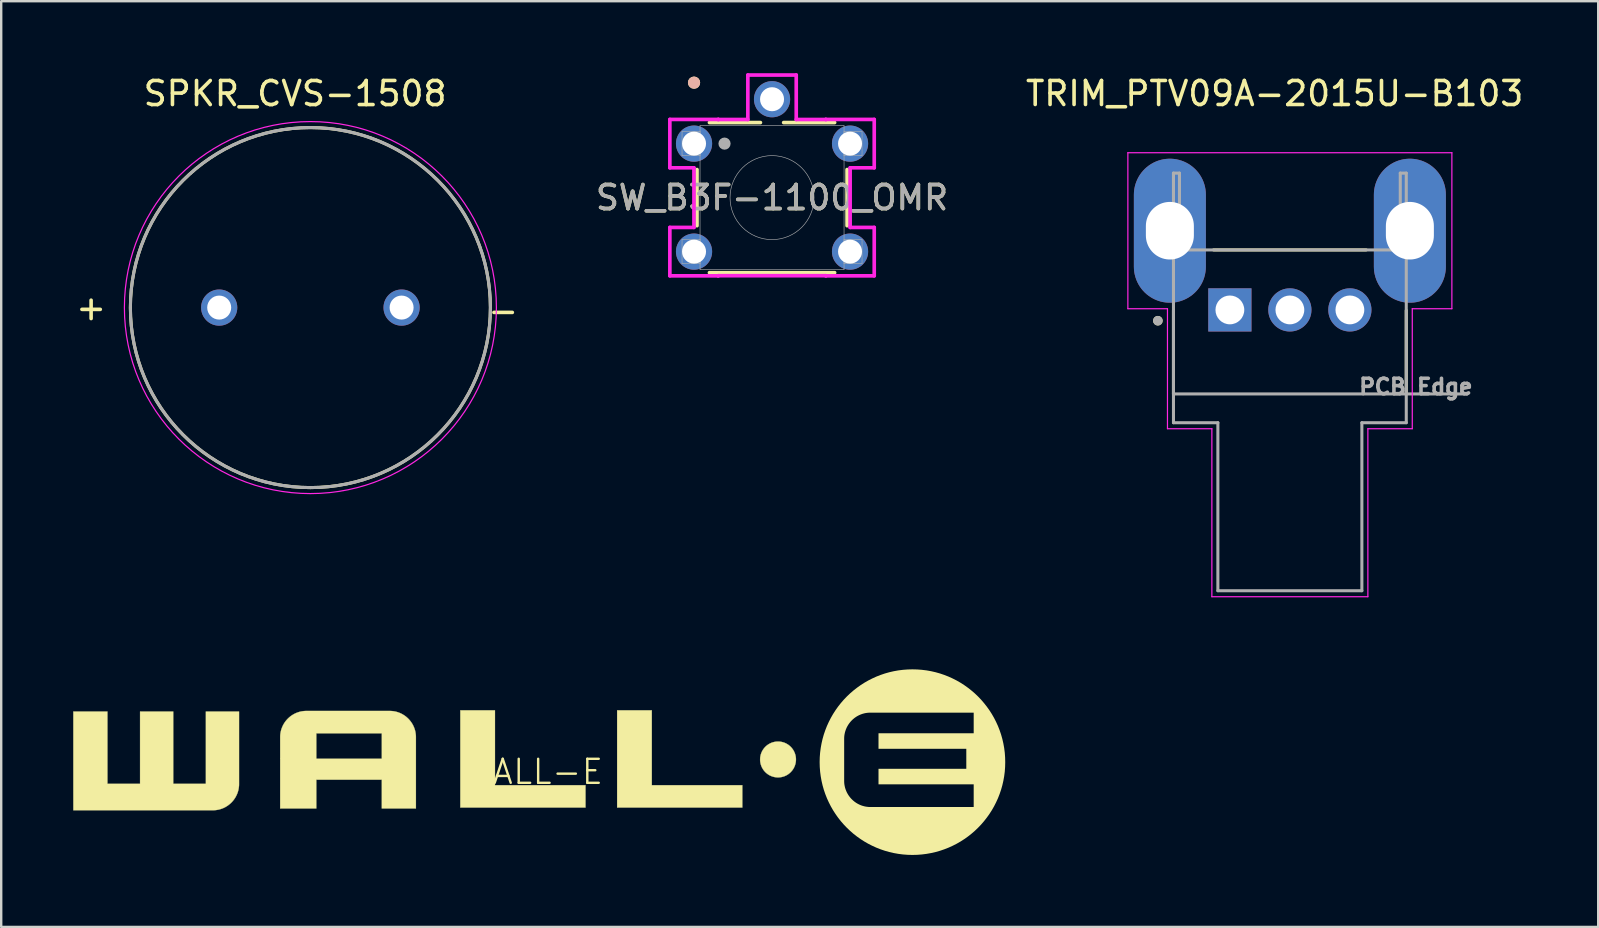
<source format=kicad_pcb>
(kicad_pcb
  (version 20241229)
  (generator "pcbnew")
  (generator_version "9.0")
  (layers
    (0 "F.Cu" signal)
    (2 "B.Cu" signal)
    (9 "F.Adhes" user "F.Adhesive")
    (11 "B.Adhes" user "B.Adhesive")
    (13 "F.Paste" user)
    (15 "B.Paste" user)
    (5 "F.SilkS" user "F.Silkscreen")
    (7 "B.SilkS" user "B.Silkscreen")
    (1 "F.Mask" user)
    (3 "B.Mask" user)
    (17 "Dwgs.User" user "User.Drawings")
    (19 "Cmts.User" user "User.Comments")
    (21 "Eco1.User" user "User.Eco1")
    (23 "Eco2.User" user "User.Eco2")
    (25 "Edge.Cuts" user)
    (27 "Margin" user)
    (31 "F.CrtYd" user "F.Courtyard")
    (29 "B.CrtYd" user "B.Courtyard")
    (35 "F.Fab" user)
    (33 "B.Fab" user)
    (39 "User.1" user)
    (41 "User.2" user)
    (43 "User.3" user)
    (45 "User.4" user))
  (footprint "TRIM_PTV09A-2015U-B103"
    (layer "F.Cu")
    (at 50.694 9.863)
    (property "Reference" "TRIM_PTV09A-2015U-B103" (at -0.635 -9.015 0) (layer "F.SilkS") (effects (font (size 1 1) (thickness 0.15))))
    (attr through_hole)
    (fp_line (start -4.85 3.5) (end -4.85 0.02) (stroke (width 0.127) (type solid)) (layer "F.SilkS"))
    (fp_line (start -3.18 -2.5) (end 3.18 -2.5) (stroke (width 0.127) (type solid)) (layer "F.SilkS"))
    (fp_line (start 4.85 3.5) (end 4.85 0.02) (stroke (width 0.127) (type solid)) (layer "F.SilkS"))
    (fp_circle (center -5.5 0.45) (end -5.4 0.45) (stroke (width 0.2) (type solid)) (fill no) (layer "F.SilkS"))
    (fp_line (start -6.75 -6.55) (end -6.75 -0.05) (stroke (width 0.05) (type solid)) (layer "F.CrtYd"))
    (fp_line (start -6.75 -0.05) (end -5.1 -0.05) (stroke (width 0.05) (type solid)) (layer "F.CrtYd"))
    (fp_line (start -5.1 -0.05) (end -5.1 4.95) (stroke (width 0.05) (type solid)) (layer "F.CrtYd"))
    (fp_line (start -5.1 4.95) (end -3.25 4.95) (stroke (width 0.05) (type solid)) (layer "F.CrtYd"))
    (fp_line (start -3.25 4.95) (end -3.25 11.95) (stroke (width 0.05) (type solid)) (layer "F.CrtYd"))
    (fp_line (start -3.25 11.95) (end 3.25 11.95) (stroke (width 0.05) (type solid)) (layer "F.CrtYd"))
    (fp_line (start 3.25 4.95) (end 5.1 4.95) (stroke (width 0.05) (type solid)) (layer "F.CrtYd"))
    (fp_line (start 3.25 11.95) (end 3.25 4.95) (stroke (width 0.05) (type solid)) (layer "F.CrtYd"))
    (fp_line (start 5.1 -0.05) (end 6.75 -0.05) (stroke (width 0.05) (type solid)) (layer "F.CrtYd"))
    (fp_line (start 5.1 4.95) (end 5.1 -0.05) (stroke (width 0.05) (type solid)) (layer "F.CrtYd"))
    (fp_line (start 6.75 -6.55) (end -6.75 -6.55) (stroke (width 0.05) (type solid)) (layer "F.CrtYd"))
    (fp_line (start 6.75 -0.05) (end 6.75 -6.55) (stroke (width 0.05) (type solid)) (layer "F.CrtYd"))
    (fp_line (start -4.85 -5.7) (end -4.85 3.5) (stroke (width 0.127) (type solid)) (layer "F.Fab"))
    (fp_line (start -4.85 -5.7) (end -4.6 -5.7) (stroke (width 0.127) (type solid)) (layer "F.Fab"))
    (fp_line (start -4.85 3.5) (end -4.85 4.7) (stroke (width 0.127) (type solid)) (layer "F.Fab"))
    (fp_line (start -4.85 3.5) (end 7.37 3.5) (stroke (width 0.127) (type solid)) (layer "F.Fab"))
    (fp_line (start -4.85 4.7) (end -3 4.7) (stroke (width 0.127) (type solid)) (layer "F.Fab"))
    (fp_line (start -4.6 -5.7) (end -4.6 -2.5) (stroke (width 0.127) (type solid)) (layer "F.Fab"))
    (fp_line (start -4.6 -2.5) (end 4.6 -2.5) (stroke (width 0.127) (type solid)) (layer "F.Fab"))
    (fp_line (start -3 4.7) (end -3 11.7) (stroke (width 0.127) (type solid)) (layer "F.Fab"))
    (fp_line (start -3 11.7) (end 3 11.7) (stroke (width 0.127) (type solid)) (layer "F.Fab"))
    (fp_line (start 3 4.7) (end 4.85 4.7) (stroke (width 0.127) (type solid)) (layer "F.Fab"))
    (fp_line (start 3 11.7) (end 3 4.7) (stroke (width 0.127) (type solid)) (layer "F.Fab"))
    (fp_line (start 4.6 -5.7) (end 4.85 -5.7) (stroke (width 0.127) (type solid)) (layer "F.Fab"))
    (fp_line (start 4.6 -2.5) (end 4.6 -5.7) (stroke (width 0.127) (type solid)) (layer "F.Fab"))
    (fp_line (start 4.85 -5.7) (end 4.85 4.7) (stroke (width 0.127) (type solid)) (layer "F.Fab"))
    (fp_circle (center -5.5 0.45) (end -5.4 0.45) (stroke (width 0.2) (type solid)) (fill no) (layer "F.Fab"))
    (fp_text user "PCB Edge" (at 5.25 3.2 0) (layer "F.Fab") (effects (font (size 0.64 0.64) (thickness 0.15))))
    (pad "1" thru_hole rect (at -2.5 0) (size 1.8 1.8) (drill 1.2) (layers "*.Cu" "*.Mask"))
    (pad "2" thru_hole circle (at 0 0) (size 1.8 1.8) (drill 1.2) (layers "*.Cu" "*.Mask"))
    (pad "3" thru_hole circle (at 2.5 0) (size 1.8 1.8) (drill 1.2) (layers "*.Cu" "*.Mask"))
    (pad "SH1" thru_hole oval (at -5 -3.3) (size 3 6) (drill oval 2 2.4) (layers "*.Cu" "*.Mask"))
    (pad "SH2" thru_hole oval (at 5 -3.3) (size 3 6) (drill oval 2 2.4) (layers "*.Cu" "*.Mask")))
  (footprint "WALL-E"
    (layer "F.Cu")
    (at 19.206 29.608)
    (property "Reference" "WALL-E" (at 0 -0.5 0) (unlocked yes) (layer "F.SilkS") (effects (font (size 1 1) (thickness 0.1))))
    (attr board_only)
    (fp_poly (pts (xy -1.633 0.06) (xy 2.139 0.06) (xy 2.139 0.989) (xy -3.076 0.989) (xy -3.076 -3.062) (xy -1.633 -3.062)) (stroke (width 0.012) (type solid)) (fill yes) (layer "F.SilkS"))
    (fp_poly (pts (xy 4.901 0.06) (xy 8.673 0.06) (xy 8.673 0.989) (xy 3.458 0.989) (xy 3.458 -3.062) (xy 4.901 -3.062)) (stroke (width 0.012) (type solid)) (fill yes) (layer "F.SilkS"))
    (fp_poly (pts (xy -17.78 0) (xy -16.42 0) (xy -16.42 -3.011) (xy -15.038 -3.011) (xy -15.038 0) (xy -13.678 0) (xy -13.678 -3.011) (xy -12.296 -3.011) (xy -12.296 0.012) (xy -12.297 0.068) (xy -12.302 0.123) (xy -12.309 0.178) (xy -12.318 0.231) (xy -12.33 0.284) (xy -12.345 0.335) (xy -12.362 0.386) (xy -12.382 0.435) (xy -12.404 0.483) (xy -12.428 0.53) (xy -12.454 0.576) (xy -12.483 0.62) (xy -12.513 0.663) (xy -12.546 0.704) (xy -12.58 0.744) (xy -12.616 0.782) (xy -12.654 0.818) (xy -12.694 0.852) (xy -12.735 0.884) (xy -12.777 0.915) (xy -12.822 0.943) (xy -12.867 0.97) (xy -12.914 0.994) (xy -12.962 1.016) (xy -13.012 1.035) (xy -13.062 1.052) (xy -13.114 1.067) (xy -13.167 1.079) (xy -13.22 1.089) (xy -13.275 1.096) (xy -13.33 1.1) (xy -13.386 1.102) (xy -19.199 1.102) (xy -19.2 0.012) (xy -19.2 -3.011) (xy -17.78 -3.011)) (stroke (width 0.012) (type solid)) (fill yes) (layer "F.SilkS"))
    (fp_poly (pts (xy -5.961 -3.034) (xy -5.905 -3.03) (xy -5.851 -3.023) (xy -5.798 -3.014) (xy -5.745 -3.001) (xy -5.693 -2.987) (xy -5.643 -2.969) (xy -5.593 -2.95) (xy -5.545 -2.928) (xy -5.498 -2.904) (xy -5.453 -2.877) (xy -5.408 -2.849) (xy -5.366 -2.819) (xy -5.324 -2.786) (xy -5.285 -2.752) (xy -5.247 -2.716) (xy -5.211 -2.678) (xy -5.177 -2.638) (xy -5.144 -2.597) (xy -5.114 -2.554) (xy -5.085 -2.51) (xy -5.059 -2.465) (xy -5.035 -2.418) (xy -5.013 -2.369) (xy -4.993 -2.32) (xy -4.976 -2.269) (xy -4.961 -2.218) (xy -4.949 -2.165) (xy -4.94 -2.112) (xy -4.933 -2.057) (xy -4.928 -2.002) (xy -4.927 -1.946) (xy -4.927 1.028) (xy -6.347 1.028) (xy -6.347 -0.171) (xy -9.077 -0.171) (xy -9.077 1.028) (xy -10.582 1.028) (xy -10.582 -1.946) (xy -10.581 -2.002) (xy -10.577 -2.057) (xy -10.571 -2.102) (xy -9.077 -2.102) (xy -9.077 -1.043) (xy -6.347 -1.043) (xy -6.347 -2.102) (xy -9.077 -2.102) (xy -10.571 -2.102) (xy -10.57 -2.112) (xy -10.56 -2.165) (xy -10.548 -2.218) (xy -10.533 -2.269) (xy -10.516 -2.32) (xy -10.496 -2.369) (xy -10.474 -2.418) (xy -10.45 -2.465) (xy -10.424 -2.51) (xy -10.396 -2.554) (xy -10.365 -2.597) (xy -10.333 -2.638) (xy -10.298 -2.678) (xy -10.262 -2.716) (xy -10.224 -2.752) (xy -10.185 -2.786) (xy -10.144 -2.819) (xy -10.101 -2.849) (xy -10.057 -2.877) (xy -10.011 -2.904) (xy -9.964 -2.928) (xy -9.916 -2.95) (xy -9.866 -2.969) (xy -9.816 -2.987) (xy -9.764 -3.001) (xy -9.712 -3.014) (xy -9.658 -3.023) (xy -9.604 -3.03) (xy -9.549 -3.034) (xy -9.493 -3.036) (xy -6.016 -3.036)) (stroke (width 0.012) (type solid)) (fill yes) (layer "F.SilkS"))
    (fp_poly (pts (xy 10.2 -1.759) (xy 10.238 -1.757) (xy 10.275 -1.752) (xy 10.312 -1.745) (xy 10.348 -1.737) (xy 10.383 -1.727) (xy 10.418 -1.715) (xy 10.452 -1.702) (xy 10.485 -1.687) (xy 10.517 -1.67) (xy 10.548 -1.652) (xy 10.579 -1.633) (xy 10.608 -1.612) (xy 10.636 -1.59) (xy 10.663 -1.566) (xy 10.689 -1.542) (xy 10.714 -1.516) (xy 10.737 -1.489) (xy 10.76 -1.46) (xy 10.78 -1.431) (xy 10.8 -1.401) (xy 10.818 -1.37) (xy 10.834 -1.337) (xy 10.849 -1.304) (xy 10.863 -1.27) (xy 10.874 -1.236) (xy 10.884 -1.2) (xy 10.893 -1.164) (xy 10.899 -1.127) (xy 10.904 -1.09) (xy 10.907 -1.052) (xy 10.908 -1.014) (xy 10.907 -0.975) (xy 10.904 -0.937) (xy 10.899 -0.9) (xy 10.893 -0.863) (xy 10.884 -0.827) (xy 10.874 -0.792) (xy 10.863 -0.757) (xy 10.849 -0.723) (xy 10.834 -0.69) (xy 10.818 -0.658) (xy 10.8 -0.627) (xy 10.78 -0.596) (xy 10.76 -0.567) (xy 10.737 -0.539) (xy 10.714 -0.512) (xy 10.689 -0.486) (xy 10.663 -0.461) (xy 10.636 -0.438) (xy 10.608 -0.415) (xy 10.579 -0.395) (xy 10.548 -0.375) (xy 10.517 -0.357) (xy 10.485 -0.341) (xy 10.452 -0.326) (xy 10.418 -0.312) (xy 10.383 -0.301) (xy 10.348 -0.291) (xy 10.312 -0.282) (xy 10.275 -0.276) (xy 10.238 -0.271) (xy 10.2 -0.268) (xy 10.161 -0.267) (xy 10.123 -0.268) (xy 10.085 -0.271) (xy 10.047 -0.276) (xy 10.011 -0.282) (xy 9.975 -0.291) (xy 9.939 -0.301) (xy 9.904 -0.312) (xy 9.871 -0.326) (xy 9.837 -0.341) (xy 9.805 -0.357) (xy 9.774 -0.375) (xy 9.744 -0.395) (xy 9.714 -0.415) (xy 9.686 -0.438) (xy 9.659 -0.461) (xy 9.633 -0.486) (xy 9.608 -0.512) (xy 9.585 -0.539) (xy 9.563 -0.567) (xy 9.542 -0.596) (xy 9.523 -0.627) (xy 9.505 -0.658) (xy 9.488 -0.69) (xy 9.473 -0.723) (xy 9.46 -0.757) (xy 9.448 -0.792) (xy 9.438 -0.827) (xy 9.43 -0.863) (xy 9.423 -0.9) (xy 9.418 -0.937) (xy 9.415 -0.975) (xy 9.415 -1.014) (xy 9.416 -1.052) (xy 9.418 -1.09) (xy 9.423 -1.127) (xy 9.43 -1.164) (xy 9.438 -1.2) (xy 9.448 -1.236) (xy 9.46 -1.27) (xy 9.473 -1.304) (xy 9.488 -1.337) (xy 9.505 -1.37) (xy 9.523 -1.401) (xy 9.542 -1.431) (xy 9.563 -1.46) (xy 9.585 -1.489) (xy 9.609 -1.516) (xy 9.633 -1.542) (xy 9.659 -1.566) (xy 9.686 -1.59) (xy 9.714 -1.612) (xy 9.744 -1.633) (xy 9.774 -1.652) (xy 9.805 -1.67) (xy 9.838 -1.687) (xy 9.871 -1.702) (xy 9.904 -1.715) (xy 9.939 -1.727) (xy 9.975 -1.737) (xy 10.011 -1.745) (xy 10.048 -1.752) (xy 10.085 -1.757) (xy 10.123 -1.759) (xy 10.161 -1.76)) (stroke (width 0.012) (type solid)) (fill yes) (layer "F.SilkS"))
    (fp_poly (pts (xy 15.961 -4.764) (xy 16.157 -4.749) (xy 16.351 -4.725) (xy 16.541 -4.691) (xy 16.728 -4.648) (xy 16.912 -4.596) (xy 17.091 -4.535) (xy 17.267 -4.466) (xy 17.438 -4.388) (xy 17.605 -4.303) (xy 17.767 -4.21) (xy 17.924 -4.109) (xy 18.075 -4.001) (xy 18.221 -3.886) (xy 18.362 -3.765) (xy 18.496 -3.637) (xy 18.624 -3.503) (xy 18.745 -3.362) (xy 18.86 -3.216) (xy 18.968 -3.065) (xy 19.069 -2.908) (xy 19.162 -2.746) (xy 19.247 -2.579) (xy 19.325 -2.408) (xy 19.394 -2.232) (xy 19.455 -2.053) (xy 19.507 -1.869) (xy 19.55 -1.682) (xy 19.584 -1.492) (xy 19.609 -1.298) (xy 19.623 -1.102) (xy 19.628 -0.903) (xy 19.623 -0.704) (xy 19.609 -0.508) (xy 19.584 -0.314) (xy 19.55 -0.124) (xy 19.507 0.063) (xy 19.455 0.247) (xy 19.394 0.426) (xy 19.325 0.602) (xy 19.247 0.773) (xy 19.162 0.94) (xy 19.069 1.102) (xy 18.968 1.259) (xy 18.86 1.41) (xy 18.745 1.557) (xy 18.624 1.697) (xy 18.496 1.831) (xy 18.362 1.959) (xy 18.221 2.081) (xy 18.075 2.196) (xy 17.924 2.303) (xy 17.767 2.404) (xy 17.605 2.497) (xy 17.438 2.582) (xy 17.267 2.66) (xy 17.091 2.729) (xy 16.912 2.79) (xy 16.728 2.842) (xy 16.541 2.885) (xy 16.351 2.919) (xy 16.157 2.944) (xy 15.961 2.959) (xy 15.762 2.964) (xy 15.563 2.959) (xy 15.367 2.944) (xy 15.173 2.919) (xy 14.983 2.885) (xy 14.796 2.842) (xy 14.612 2.79) (xy 14.433 2.729) (xy 14.257 2.66) (xy 14.086 2.582) (xy 13.919 2.497) (xy 13.757 2.404) (xy 13.6 2.303) (xy 13.449 2.196) (xy 13.302 2.081) (xy 13.162 1.959) (xy 13.028 1.831) (xy 12.9 1.697) (xy 12.778 1.557) (xy 12.663 1.41) (xy 12.556 1.259) (xy 12.455 1.102) (xy 12.362 0.94) (xy 12.277 0.773) (xy 12.199 0.602) (xy 12.13 0.426) (xy 12.069 0.247) (xy 12.017 0.063) (xy 11.974 -0.123) (xy 12.917 -0.123) (xy 12.918 -0.067) (xy 12.922 -0.012) (xy 12.929 0.043) (xy 12.939 0.096) (xy 12.951 0.149) (xy 12.966 0.201) (xy 12.983 0.251) (xy 13.003 0.3) (xy 13.024 0.349) (xy 13.049 0.396) (xy 13.075 0.441) (xy 13.103 0.485) (xy 13.134 0.528) (xy 13.166 0.569) (xy 13.2 0.609) (xy 13.237 0.647) (xy 13.275 0.683) (xy 13.314 0.717) (xy 13.355 0.75) (xy 13.398 0.78) (xy 13.442 0.809) (xy 13.488 0.835) (xy 13.535 0.859) (xy 13.583 0.881) (xy 13.633 0.901) (xy 13.683 0.918) (xy 13.735 0.932) (xy 13.787 0.945) (xy 13.841 0.954) (xy 13.895 0.961) (xy 13.95 0.966) (xy 14.006 0.967) (xy 18.314 0.967) (xy 18.314 0.023) (xy 14.348 0.023) (xy 14.348 -0.625) (xy 18.006 -0.625) (xy 18.006 -1.457) (xy 14.348 -1.457) (xy 14.348 -2.105) (xy 18.314 -2.105) (xy 18.314 -2.965) (xy 14.006 -2.965) (xy 13.95 -2.963) (xy 13.895 -2.959) (xy 13.841 -2.952) (xy 13.787 -2.943) (xy 13.735 -2.93) (xy 13.683 -2.916) (xy 13.632 -2.898) (xy 13.583 -2.879) (xy 13.535 -2.857) (xy 13.488 -2.833) (xy 13.442 -2.807) (xy 13.398 -2.778) (xy 13.355 -2.748) (xy 13.314 -2.715) (xy 13.274 -2.681) (xy 13.237 -2.645) (xy 13.2 -2.607) (xy 13.166 -2.567) (xy 13.134 -2.526) (xy 13.103 -2.483) (xy 13.075 -2.439) (xy 13.049 -2.394) (xy 13.024 -2.347) (xy 13.003 -2.298) (xy 12.983 -2.249) (xy 12.966 -2.198) (xy 12.951 -2.147) (xy 12.939 -2.094) (xy 12.929 -2.041) (xy 12.922 -1.986) (xy 12.918 -1.931) (xy 12.917 -1.875) (xy 12.917 -0.123) (xy 11.974 -0.123) (xy 11.974 -0.124) (xy 11.94 -0.314) (xy 11.915 -0.508) (xy 11.9 -0.704) (xy 11.895 -0.903) (xy 11.9 -1.102) (xy 11.915 -1.298) (xy 11.94 -1.492) (xy 11.974 -1.682) (xy 12.017 -1.869) (xy 12.069 -2.053) (xy 12.13 -2.232) (xy 12.199 -2.408) (xy 12.277 -2.579) (xy 12.362 -2.746) (xy 12.455 -2.908) (xy 12.556 -3.065) (xy 12.663 -3.216) (xy 12.778 -3.362) (xy 12.9 -3.503) (xy 13.028 -3.637) (xy 13.162 -3.765) (xy 13.302 -3.886) (xy 13.449 -4.001) (xy 13.6 -4.109) (xy 13.757 -4.21) (xy 13.919 -4.303) (xy 14.086 -4.388) (xy 14.257 -4.466) (xy 14.433 -4.535) (xy 14.612 -4.596) (xy 14.796 -4.648) (xy 14.983 -4.691) (xy 15.173 -4.725) (xy 15.367 -4.749) (xy 15.563 -4.764) (xy 15.762 -4.769)) (stroke (width 0) (type solid)) (fill yes) (layer "F.SilkS")))
  (footprint "SW_B3F-1100_OMR"
    (layer "F.Cu")
    (at 25.868 2.934)
    (property "Reference" "SW_B3F-1100_OMR" (at 3.25 2.25 0) (unlocked yes) (layer "F.SilkS") (effects (font (size 1 1) (thickness 0.15))))
    (attr through_hole)
    (fp_line (start 0.123 1.08) (end 0.123 3.42) (stroke (width 0.152) (type solid)) (layer "F.SilkS"))
    (fp_line (start 0.642 5.377) (end 5.858 5.377) (stroke (width 0.152) (type solid)) (layer "F.SilkS"))
    (fp_line (start 2.766 -0.877) (end 0.642 -0.877) (stroke (width 0.152) (type solid)) (layer "F.SilkS"))
    (fp_line (start 5.858 -0.877) (end 3.734 -0.877) (stroke (width 0.152) (type solid)) (layer "F.SilkS"))
    (fp_line (start 6.377 3.42) (end 6.377 1.08) (stroke (width 0.152) (type solid)) (layer "F.SilkS"))
    (fp_circle (center 0 -2.54) (end 0.127 -2.54) (stroke (width 0.254) (type solid)) (fill no) (layer "F.SilkS"))
    (fp_circle (center 0 -2.54) (end 0.127 -2.54) (stroke (width 0.254) (type solid)) (fill no) (layer "B.SilkS"))
    (fp_line (start -1.008 -1.008) (end -1.008 1.008) (stroke (width 0.152) (type solid)) (layer "F.CrtYd"))
    (fp_line (start -1.008 1.008) (end -0.004 1.008) (stroke (width 0.152) (type solid)) (layer "F.CrtYd"))
    (fp_line (start -1.008 3.492) (end -1.008 5.508) (stroke (width 0.152) (type solid)) (layer "F.CrtYd"))
    (fp_line (start -1.008 5.508) (end 1.008 5.508) (stroke (width 0.152) (type solid)) (layer "F.CrtYd"))
    (fp_line (start -0.004 1.008) (end -0.004 3.492) (stroke (width 0.152) (type solid)) (layer "F.CrtYd"))
    (fp_line (start -0.004 3.492) (end -1.008 3.492) (stroke (width 0.152) (type solid)) (layer "F.CrtYd"))
    (fp_line (start 1.008 -1.008) (end -1.008 -1.008) (stroke (width 0.152) (type solid)) (layer "F.CrtYd"))
    (fp_line (start 1.008 -1.004) (end 1.008 -1.008) (stroke (width 0.152) (type solid)) (layer "F.CrtYd"))
    (fp_line (start 1.008 5.504) (end 5.492 5.504) (stroke (width 0.152) (type solid)) (layer "F.CrtYd"))
    (fp_line (start 1.008 5.508) (end 1.008 5.504) (stroke (width 0.152) (type solid)) (layer "F.CrtYd"))
    (fp_line (start 2.242 -2.858) (end 2.242 -1.004) (stroke (width 0.152) (type solid)) (layer "F.CrtYd"))
    (fp_line (start 2.242 -1.004) (end 1.008 -1.004) (stroke (width 0.152) (type solid)) (layer "F.CrtYd"))
    (fp_line (start 4.258 -2.858) (end 2.242 -2.858) (stroke (width 0.152) (type solid)) (layer "F.CrtYd"))
    (fp_line (start 4.258 -1.004) (end 4.258 -2.858) (stroke (width 0.152) (type solid)) (layer "F.CrtYd"))
    (fp_line (start 5.492 -1.008) (end 5.492 -1.004) (stroke (width 0.152) (type solid)) (layer "F.CrtYd"))
    (fp_line (start 5.492 -1.004) (end 4.258 -1.004) (stroke (width 0.152) (type solid)) (layer "F.CrtYd"))
    (fp_line (start 5.492 5.504) (end 5.492 5.508) (stroke (width 0.152) (type solid)) (layer "F.CrtYd"))
    (fp_line (start 5.492 5.508) (end 7.508 5.508) (stroke (width 0.152) (type solid)) (layer "F.CrtYd"))
    (fp_line (start 6.504 1.008) (end 7.508 1.008) (stroke (width 0.152) (type solid)) (layer "F.CrtYd"))
    (fp_line (start 6.504 3.492) (end 6.504 1.008) (stroke (width 0.152) (type solid)) (layer "F.CrtYd"))
    (fp_line (start 7.508 -1.008) (end 5.492 -1.008) (stroke (width 0.152) (type solid)) (layer "F.CrtYd"))
    (fp_line (start 7.508 1.008) (end 7.508 -1.008) (stroke (width 0.152) (type solid)) (layer "F.CrtYd"))
    (fp_line (start 7.508 3.492) (end 6.504 3.492) (stroke (width 0.152) (type solid)) (layer "F.CrtYd"))
    (fp_line (start 7.508 5.508) (end 7.508 3.492) (stroke (width 0.152) (type solid)) (layer "F.CrtYd"))
    (fp_line (start -0.5 -0.5) (end -0.5 0.5) (stroke (width 0.025) (type solid)) (layer "F.Fab"))
    (fp_line (start -0.5 0.5) (end 0.25 0.5) (stroke (width 0.025) (type solid)) (layer "F.Fab"))
    (fp_line (start -0.5 4) (end -0.5 5) (stroke (width 0.025) (type solid)) (layer "F.Fab"))
    (fp_line (start -0.5 5) (end 0.25 5) (stroke (width 0.025) (type solid)) (layer "F.Fab"))
    (fp_line (start 0.25 -0.75) (end 0.25 5.25) (stroke (width 0.025) (type solid)) (layer "F.Fab"))
    (fp_line (start 0.25 5.25) (end 6.25 5.25) (stroke (width 0.025) (type solid)) (layer "F.Fab"))
    (fp_line (start 0.25 -0.5) (end -0.5 -0.5) (stroke (width 0.025) (type solid)) (layer "F.Fab"))
    (fp_line (start 0.25 0.5) (end 0.25 -0.5) (stroke (width 0.025) (type solid)) (layer "F.Fab"))
    (fp_line (start 0.25 4) (end -0.5 4) (stroke (width 0.025) (type solid)) (layer "F.Fab"))
    (fp_line (start 0.25 5) (end 0.25 4) (stroke (width 0.025) (type solid)) (layer "F.Fab"))
    (fp_line (start 6.25 -0.5) (end 6.25 0.5) (stroke (width 0.025) (type solid)) (layer "F.Fab"))
    (fp_line (start 6.25 0.5) (end 7 0.5) (stroke (width 0.025) (type solid)) (layer "F.Fab"))
    (fp_line (start 6.25 4) (end 6.25 5) (stroke (width 0.025) (type solid)) (layer "F.Fab"))
    (fp_line (start 6.25 5) (end 7 5) (stroke (width 0.025) (type solid)) (layer "F.Fab"))
    (fp_line (start 6.25 -0.75) (end 0.25 -0.75) (stroke (width 0.025) (type solid)) (layer "F.Fab"))
    (fp_line (start 6.25 5.25) (end 6.25 -0.75) (stroke (width 0.025) (type solid)) (layer "F.Fab"))
    (fp_line (start 7 -0.5) (end 6.25 -0.5) (stroke (width 0.025) (type solid)) (layer "F.Fab"))
    (fp_line (start 7 0.5) (end 7 -0.5) (stroke (width 0.025) (type solid)) (layer "F.Fab"))
    (fp_line (start 7 4) (end 6.25 4) (stroke (width 0.025) (type solid)) (layer "F.Fab"))
    (fp_line (start 7 5) (end 7 4) (stroke (width 0.025) (type solid)) (layer "F.Fab"))
    (fp_circle (center 1.27 0) (end 1.397 0) (stroke (width 0.254) (type solid)) (fill no) (layer "F.Fab"))
    (fp_circle (center 3.25 2.25) (end 5 2.25) (stroke (width 0.025) (type solid)) (fill no) (layer "F.Fab"))
    (fp_text user "${REFERENCE}" (at 3.25 2.25 0) (unlocked yes) (layer "F.Fab") (effects (font (size 1 1) (thickness 0.15))))
    (pad "1" thru_hole circle (at 0 0) (size 1.508 1.508) (drill 1) (layers "*.Cu" "*.Mask"))
    (pad "2" thru_hole circle (at 6.5 0) (size 1.508 1.508) (drill 1) (layers "*.Cu" "*.Mask"))
    (pad "3" thru_hole circle (at 0 4.5) (size 1.508 1.508) (drill 1) (layers "*.Cu" "*.Mask"))
    (pad "4" thru_hole circle (at 6.5 4.5) (size 1.508 1.508) (drill 1) (layers "*.Cu" "*.Mask"))
    (pad "5" thru_hole circle (at 3.25 -1.85) (size 1.508 1.508) (drill 1) (layers "*.Cu" "*.Mask")))
  (footprint "SPKR_CVS-1508"
    (layer "F.Cu")
    (at 9.883 9.766)
    (property "Reference" "SPKR_CVS-1508" (at -0.637 -8.916 0) (layer "F.SilkS") (effects (font (size 1.003 1.003) (thickness 0.15))))
    (attr through_hole)
    (fp_circle (center 0 0) (end 7.5 0) (stroke (width 0.127) (type solid)) (fill no) (layer "F.SilkS"))
    (fp_circle (center 0 0) (end 7.75 0) (stroke (width 0.05) (type solid)) (fill no) (layer "F.CrtYd"))
    (fp_circle (center 0 0) (end 7.5 0) (stroke (width 0.127) (type solid)) (fill no) (layer "F.Fab"))
    (fp_text user "-" (at 8.031 0.127 0) (layer "F.SilkS") (effects (font (size 1.004 1.004) (thickness 0.15))))
    (fp_text user "+" (at -9.137 0 0) (layer "F.SilkS") (effects (font (size 1.004 1.004) (thickness 0.15))))
    (pad "M" thru_hole circle (at 3.8 0) (size 1.508 1.508) (drill 1) (layers "*.Cu" "*.Mask"))
    (pad "P" thru_hole circle (at -3.8 0) (size 1.508 1.508) (drill 1) (layers "*.Cu" "*.Mask")))
  (gr_rect
    (start -3 -3)
    (end 63.541 35.572)
    (stroke (width 0.1) (type default))
    (fill no)
    (layer "Edge.Cuts")))
</source>
